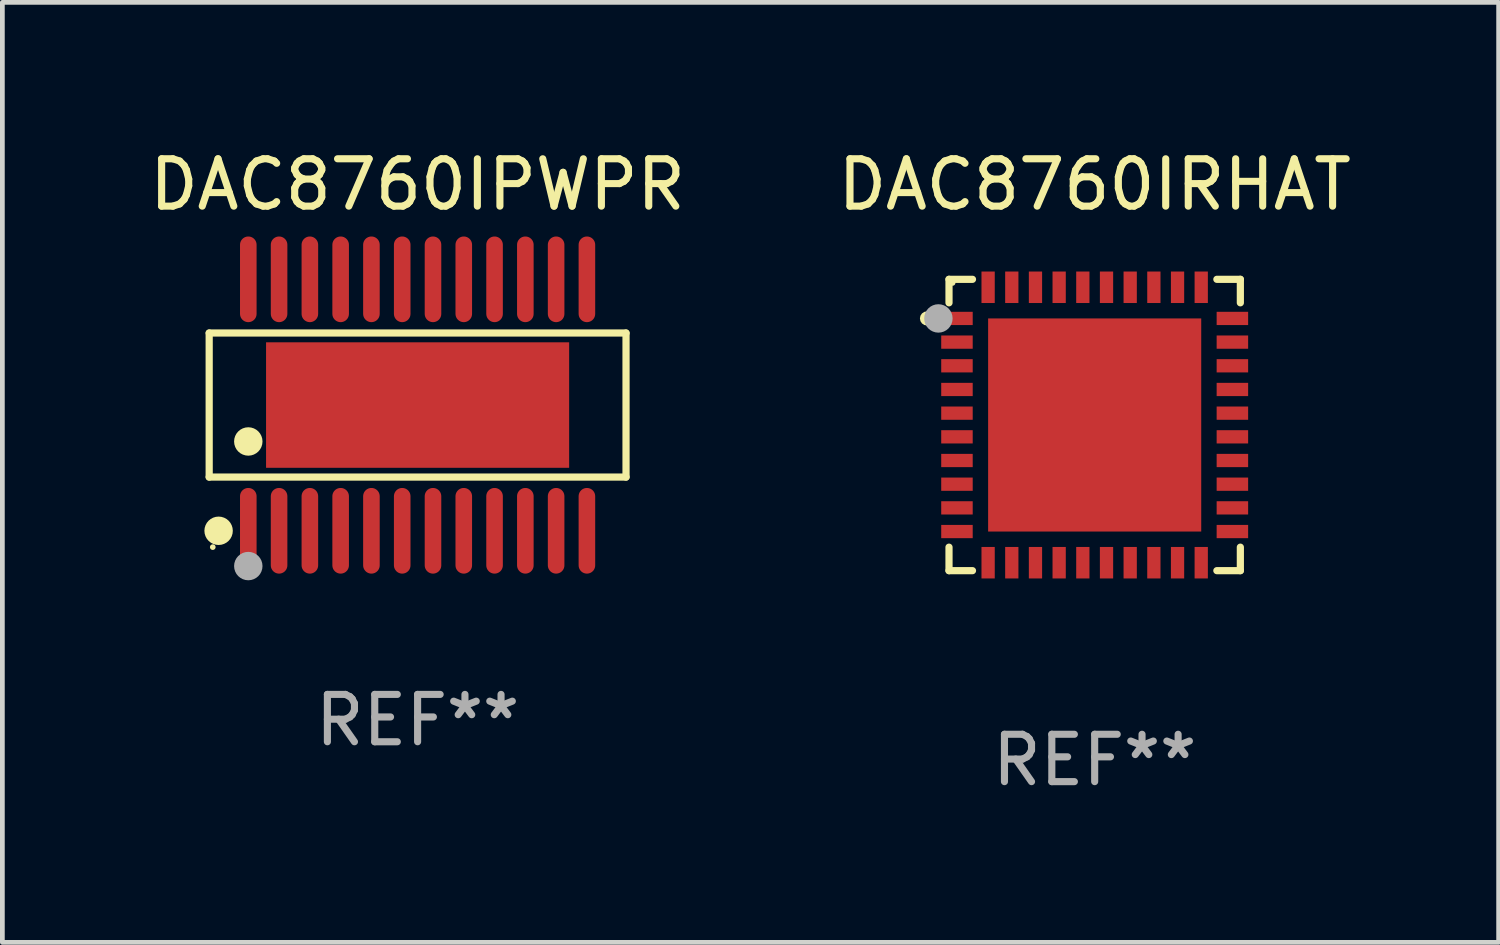
<source format=kicad_pcb>
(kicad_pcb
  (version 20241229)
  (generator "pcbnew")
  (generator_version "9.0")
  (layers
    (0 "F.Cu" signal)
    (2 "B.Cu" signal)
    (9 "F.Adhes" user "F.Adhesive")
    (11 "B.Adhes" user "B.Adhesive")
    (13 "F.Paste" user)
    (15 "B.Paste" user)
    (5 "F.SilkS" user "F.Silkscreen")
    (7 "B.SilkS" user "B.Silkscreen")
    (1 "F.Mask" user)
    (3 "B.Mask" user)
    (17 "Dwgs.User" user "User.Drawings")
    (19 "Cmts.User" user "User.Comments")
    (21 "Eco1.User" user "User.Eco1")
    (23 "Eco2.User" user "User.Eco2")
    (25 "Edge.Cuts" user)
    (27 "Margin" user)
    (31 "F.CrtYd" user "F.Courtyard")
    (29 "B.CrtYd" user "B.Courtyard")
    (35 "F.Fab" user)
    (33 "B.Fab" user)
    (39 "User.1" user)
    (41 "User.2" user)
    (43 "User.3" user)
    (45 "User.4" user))
  (footprint "DAC8760IRHAT"
    (layer "F.Cu")
    (at 20.065 5.924)
    (property "Reference" "DAC8760IRHAT" (at 0 -5.076 0) (layer "F.SilkS") (effects (font (size 1 1) (thickness 0.15))))
    (attr through_hole)
    (fp_line (start -3.076 -3.076) (end -3.076 -2.58) (stroke (width 0.152) (type solid)) (layer "F.SilkS"))
    (fp_line (start -3.076 3.076) (end -3.076 2.58) (stroke (width 0.152) (type solid)) (layer "F.SilkS"))
    (fp_line (start -2.58 -3.076) (end -3.076 -3.076) (stroke (width 0.152) (type solid)) (layer "F.SilkS"))
    (fp_line (start -2.58 3.076) (end -3.076 3.076) (stroke (width 0.152) (type solid)) (layer "F.SilkS"))
    (fp_line (start 2.58 -3.076) (end 3.076 -3.076) (stroke (width 0.152) (type solid)) (layer "F.SilkS"))
    (fp_line (start 2.58 3.076) (end 3.076 3.076) (stroke (width 0.152) (type solid)) (layer "F.SilkS"))
    (fp_line (start 3.076 -3.076) (end 3.076 -2.58) (stroke (width 0.152) (type solid)) (layer "F.SilkS"))
    (fp_line (start 3.076 3.076) (end 3.076 2.58) (stroke (width 0.152) (type solid)) (layer "F.SilkS"))
    (fp_circle (center -3.54 -2.25) (end -3.465 -2.25) (stroke (width 0.15) (type solid)) (fill no) (layer "F.SilkS"))
    (fp_circle (center -3 -3) (end -2.97 -3) (stroke (width 0.06) (type solid)) (fill no) (layer "F.SilkS"))
    (fp_circle (center -3.3 -2.25) (end -3.15 -2.25) (stroke (width 0.3) (type solid)) (fill no) (layer "F.Fab"))
    (fp_text user "REF**" (at 0 7.076 0) (layer "F.Fab") (effects (font (size 1 1) (thickness 0.15))))
    (pad "1" smd rect (at -2.908 -2.25) (size 0.665 0.28) (layers "F.Cu" "F.Mask" "F.Paste"))
    (pad "2" smd rect (at -2.908 -1.75) (size 0.665 0.28) (layers "F.Cu" "F.Mask" "F.Paste"))
    (pad "3" smd rect (at -2.908 -1.25) (size 0.665 0.28) (layers "F.Cu" "F.Mask" "F.Paste"))
    (pad "4" smd rect (at -2.908 -0.75) (size 0.665 0.28) (layers "F.Cu" "F.Mask" "F.Paste"))
    (pad "5" smd rect (at -2.908 -0.25) (size 0.665 0.28) (layers "F.Cu" "F.Mask" "F.Paste"))
    (pad "6" smd rect (at -2.908 0.25) (size 0.665 0.28) (layers "F.Cu" "F.Mask" "F.Paste"))
    (pad "7" smd rect (at -2.908 0.75) (size 0.665 0.28) (layers "F.Cu" "F.Mask" "F.Paste"))
    (pad "8" smd rect (at -2.908 1.25) (size 0.665 0.28) (layers "F.Cu" "F.Mask" "F.Paste"))
    (pad "9" smd rect (at -2.908 1.75) (size 0.665 0.28) (layers "F.Cu" "F.Mask" "F.Paste"))
    (pad "10" smd rect (at -2.908 2.25) (size 0.665 0.28) (layers "F.Cu" "F.Mask" "F.Paste"))
    (pad "11" smd rect (at -2.25 2.908) (size 0.28 0.665) (layers "F.Cu" "F.Mask" "F.Paste"))
    (pad "12" smd rect (at -1.75 2.908) (size 0.28 0.665) (layers "F.Cu" "F.Mask" "F.Paste"))
    (pad "13" smd rect (at -1.25 2.908) (size 0.28 0.665) (layers "F.Cu" "F.Mask" "F.Paste"))
    (pad "14" smd rect (at -0.75 2.908) (size 0.28 0.665) (layers "F.Cu" "F.Mask" "F.Paste"))
    (pad "15" smd rect (at -0.25 2.908) (size 0.28 0.665) (layers "F.Cu" "F.Mask" "F.Paste"))
    (pad "16" smd rect (at 0.25 2.908) (size 0.28 0.665) (layers "F.Cu" "F.Mask" "F.Paste"))
    (pad "17" smd rect (at 0.75 2.908) (size 0.28 0.665) (layers "F.Cu" "F.Mask" "F.Paste"))
    (pad "18" smd rect (at 1.25 2.908) (size 0.28 0.665) (layers "F.Cu" "F.Mask" "F.Paste"))
    (pad "19" smd rect (at 1.75 2.908) (size 0.28 0.665) (layers "F.Cu" "F.Mask" "F.Paste"))
    (pad "20" smd rect (at 2.25 2.908) (size 0.28 0.665) (layers "F.Cu" "F.Mask" "F.Paste"))
    (pad "21" smd rect (at 2.908 2.25) (size 0.665 0.28) (layers "F.Cu" "F.Mask" "F.Paste"))
    (pad "22" smd rect (at 2.908 1.75) (size 0.665 0.28) (layers "F.Cu" "F.Mask" "F.Paste"))
    (pad "23" smd rect (at 2.908 1.25) (size 0.665 0.28) (layers "F.Cu" "F.Mask" "F.Paste"))
    (pad "24" smd rect (at 2.908 0.75) (size 0.665 0.28) (layers "F.Cu" "F.Mask" "F.Paste"))
    (pad "25" smd rect (at 2.908 0.25) (size 0.665 0.28) (layers "F.Cu" "F.Mask" "F.Paste"))
    (pad "26" smd rect (at 2.908 -0.25) (size 0.665 0.28) (layers "F.Cu" "F.Mask" "F.Paste"))
    (pad "27" smd rect (at 2.908 -0.75) (size 0.665 0.28) (layers "F.Cu" "F.Mask" "F.Paste"))
    (pad "28" smd rect (at 2.908 -1.25) (size 0.665 0.28) (layers "F.Cu" "F.Mask" "F.Paste"))
    (pad "29" smd rect (at 2.908 -1.75) (size 0.665 0.28) (layers "F.Cu" "F.Mask" "F.Paste"))
    (pad "30" smd rect (at 2.908 -2.25) (size 0.665 0.28) (layers "F.Cu" "F.Mask" "F.Paste"))
    (pad "31" smd rect (at 2.25 -2.908) (size 0.28 0.665) (layers "F.Cu" "F.Mask" "F.Paste"))
    (pad "32" smd rect (at 1.75 -2.908) (size 0.28 0.665) (layers "F.Cu" "F.Mask" "F.Paste"))
    (pad "33" smd rect (at 1.25 -2.908) (size 0.28 0.665) (layers "F.Cu" "F.Mask" "F.Paste"))
    (pad "34" smd rect (at 0.75 -2.908) (size 0.28 0.665) (layers "F.Cu" "F.Mask" "F.Paste"))
    (pad "35" smd rect (at 0.25 -2.908) (size 0.28 0.665) (layers "F.Cu" "F.Mask" "F.Paste"))
    (pad "36" smd rect (at -0.25 -2.908) (size 0.28 0.665) (layers "F.Cu" "F.Mask" "F.Paste"))
    (pad "37" smd rect (at -0.75 -2.908) (size 0.28 0.665) (layers "F.Cu" "F.Mask" "F.Paste"))
    (pad "38" smd rect (at -1.25 -2.908) (size 0.28 0.665) (layers "F.Cu" "F.Mask" "F.Paste"))
    (pad "39" smd rect (at -1.75 -2.908) (size 0.28 0.665) (layers "F.Cu" "F.Mask" "F.Paste"))
    (pad "40" smd rect (at -2.25 -2.908) (size 0.28 0.665) (layers "F.Cu" "F.Mask" "F.Paste"))
    (pad "41" smd rect (at 0 0) (size 4.5 4.5) (layers "F.Cu" "F.Mask" "F.Paste")))
  (footprint "DAC8760IPWPR"
    (layer "F.Cu")
    (at 5.768 5.503)
    (property "Reference" "DAC8760IPWPR" (at 0 -4.655 0) (layer "F.SilkS") (effects (font (size 1 1) (thickness 0.15))))
    (attr through_hole)
    (fp_line (start -4.401 -1.521) (end 4.401 -1.521) (stroke (width 0.152) (type solid)) (layer "F.SilkS"))
    (fp_line (start -4.401 1.521) (end -4.401 -1.521) (stroke (width 0.152) (type solid)) (layer "F.SilkS"))
    (fp_line (start 4.401 -1.521) (end 4.401 1.521) (stroke (width 0.152) (type solid)) (layer "F.SilkS"))
    (fp_line (start 4.401 1.521) (end -4.401 1.521) (stroke (width 0.152) (type solid)) (layer "F.SilkS"))
    (fp_circle (center -4.325 3) (end -4.295 3) (stroke (width 0.06) (type solid)) (fill no) (layer "F.SilkS"))
    (fp_circle (center -4.202 2.655) (end -4.052 2.655) (stroke (width 0.3) (type solid)) (fill no) (layer "F.SilkS"))
    (fp_circle (center -3.575 0.769) (end -3.425 0.769) (stroke (width 0.3) (type solid)) (fill no) (layer "F.SilkS"))
    (fp_circle (center -3.575 3.4) (end -3.425 3.4) (stroke (width 0.3) (type solid)) (fill no) (layer "F.Fab"))
    (fp_text user "REF**" (at 0 6.655 0) (layer "F.Fab") (effects (font (size 1 1) (thickness 0.15))))
    (pad "1" smd oval (at -3.575 2.655) (size 0.35 1.809) (layers "F.Cu" "F.Mask" "F.Paste"))
    (pad "2" smd oval (at -2.925 2.655) (size 0.35 1.809) (layers "F.Cu" "F.Mask" "F.Paste"))
    (pad "3" smd oval (at -2.275 2.655) (size 0.35 1.809) (layers "F.Cu" "F.Mask" "F.Paste"))
    (pad "4" smd oval (at -1.625 2.655) (size 0.35 1.809) (layers "F.Cu" "F.Mask" "F.Paste"))
    (pad "5" smd oval (at -0.975 2.655) (size 0.35 1.809) (layers "F.Cu" "F.Mask" "F.Paste"))
    (pad "6" smd oval (at -0.325 2.655) (size 0.35 1.809) (layers "F.Cu" "F.Mask" "F.Paste"))
    (pad "7" smd oval (at 0.325 2.655) (size 0.35 1.809) (layers "F.Cu" "F.Mask" "F.Paste"))
    (pad "8" smd oval (at 0.975 2.655) (size 0.35 1.809) (layers "F.Cu" "F.Mask" "F.Paste"))
    (pad "9" smd oval (at 1.625 2.655) (size 0.35 1.809) (layers "F.Cu" "F.Mask" "F.Paste"))
    (pad "10" smd oval (at 2.275 2.655) (size 0.35 1.809) (layers "F.Cu" "F.Mask" "F.Paste"))
    (pad "11" smd oval (at 2.925 2.655) (size 0.35 1.809) (layers "F.Cu" "F.Mask" "F.Paste"))
    (pad "12" smd oval (at 3.575 2.655) (size 0.35 1.809) (layers "F.Cu" "F.Mask" "F.Paste"))
    (pad "13" smd oval (at 3.575 -2.655) (size 0.35 1.809) (layers "F.Cu" "F.Mask" "F.Paste"))
    (pad "14" smd oval (at 2.925 -2.655) (size 0.35 1.809) (layers "F.Cu" "F.Mask" "F.Paste"))
    (pad "15" smd oval (at 2.275 -2.655) (size 0.35 1.809) (layers "F.Cu" "F.Mask" "F.Paste"))
    (pad "16" smd oval (at 1.625 -2.655) (size 0.35 1.809) (layers "F.Cu" "F.Mask" "F.Paste"))
    (pad "17" smd oval (at 0.975 -2.655) (size 0.35 1.809) (layers "F.Cu" "F.Mask" "F.Paste"))
    (pad "18" smd oval (at 0.325 -2.655) (size 0.35 1.809) (layers "F.Cu" "F.Mask" "F.Paste"))
    (pad "19" smd oval (at -0.325 -2.655) (size 0.35 1.809) (layers "F.Cu" "F.Mask" "F.Paste"))
    (pad "20" smd oval (at -0.975 -2.655) (size 0.35 1.809) (layers "F.Cu" "F.Mask" "F.Paste"))
    (pad "21" smd oval (at -1.625 -2.655) (size 0.35 1.809) (layers "F.Cu" "F.Mask" "F.Paste"))
    (pad "22" smd oval (at -2.275 -2.655) (size 0.35 1.809) (layers "F.Cu" "F.Mask" "F.Paste"))
    (pad "23" smd oval (at -2.925 -2.655) (size 0.35 1.809) (layers "F.Cu" "F.Mask" "F.Paste"))
    (pad "24" smd oval (at -3.575 -2.655) (size 0.35 1.809) (layers "F.Cu" "F.Mask" "F.Paste"))
    (pad "25" smd rect (at 0 0) (size 6.4 2.65) (layers "F.Cu" "F.Mask" "F.Paste")))
  (gr_rect
    (start -3 -3)
    (end 28.595 16.849)
    (stroke (width 0.1) (type default))
    (fill no)
    (layer "Edge.Cuts")))
</source>
